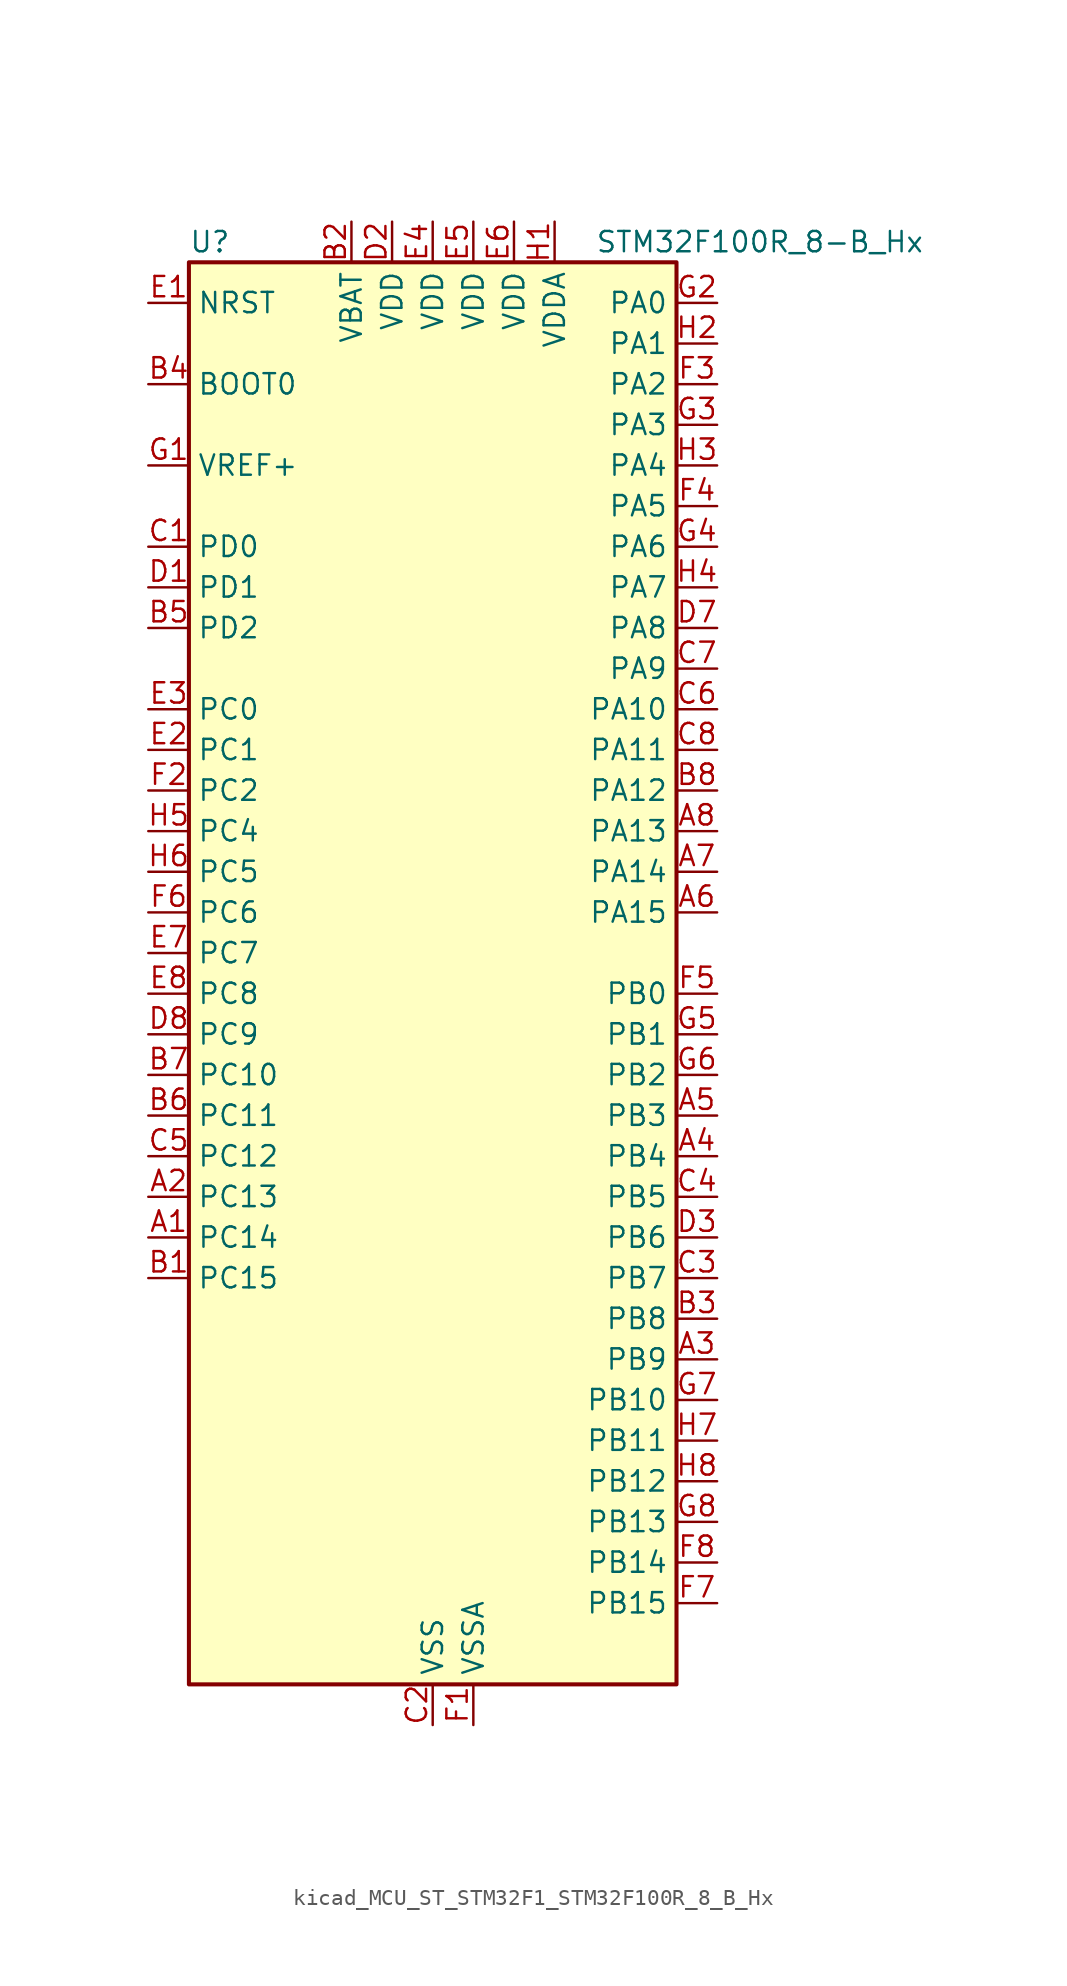
<source format=kicad_sym>
(kicad_symbol_lib
  (version 20220914)
  (generator kicad_symbol_editor)
  (symbol "kicad_MCU_ST_STM32F1_STM32F100R_8_B_Hx"
    (property "Reference" "U"
      (at -15.24 46.99 0)
      (effects (font (size 1.27 1.27)) (justify left)))
    (property "Value" "STM32F100R_8-B_Hx"
      (at 10.16 46.99 0)
      (effects (font (size 1.27 1.27)) (justify left)))
    (property "ki_locked" ""
      (at 0 0 0)
      (effects (font (size 1.27 1.27))))
    (symbol "kicad_MCU_ST_STM32F1_STM32F100R_8_B_Hx_0_1"
      (rectangle (start -15.24 -43.18) (end 15.24 45.72) (stroke (width 0.254) (type default)) (fill (type background))))
    (symbol "kicad_MCU_ST_STM32F1_STM32F100R_8_B_Hx_1_1"
      (pin bidirectional line (at -17.78 -15.24 0) (length 2.54) (name "PC14" (effects (font (size 1.27 1.27)))) (number "A1" (effects (font (size 1.27 1.27)))) (alternate "RCC_OSC32_IN" bidirectional line))
      (pin bidirectional line (at -17.78 -12.7 0) (length 2.54) (name "PC13" (effects (font (size 1.27 1.27)))) (number "A2" (effects (font (size 1.27 1.27)))) (alternate "RTC_OUT" bidirectional line) (alternate "RTC_TAMPER" bidirectional line))
      (pin bidirectional line (at 17.78 -22.86 180) (length 2.54) (name "PB9" (effects (font (size 1.27 1.27)))) (number "A3" (effects (font (size 1.27 1.27)))) (alternate "DAC_EXTI9" bidirectional line) (alternate "I2C1_SDA" bidirectional line) (alternate "TIM17_CH1" bidirectional line) (alternate "TIM4_CH4" bidirectional line))
      (pin bidirectional line (at 17.78 -10.16 180) (length 2.54) (name "PB4" (effects (font (size 1.27 1.27)))) (number "A4" (effects (font (size 1.27 1.27)))) (alternate "SPI1_MISO" bidirectional line) (alternate "SYS_NJTRST" bidirectional line) (alternate "TIM3_CH1" bidirectional line))
      (pin bidirectional line (at 17.78 -7.62 180) (length 2.54) (name "PB3" (effects (font (size 1.27 1.27)))) (number "A5" (effects (font (size 1.27 1.27)))) (alternate "SPI1_SCK" bidirectional line) (alternate "SYS_JTDO-TRACESWO" bidirectional line) (alternate "TIM2_CH2" bidirectional line))
      (pin bidirectional line (at 17.78 5.08 180) (length 2.54) (name "PA15" (effects (font (size 1.27 1.27)))) (number "A6" (effects (font (size 1.27 1.27)))) (alternate "ADC1_EXTI15" bidirectional line) (alternate "SPI1_NSS" bidirectional line) (alternate "SYS_JTDI" bidirectional line) (alternate "TIM2_CH1" bidirectional line) (alternate "TIM2_ETR" bidirectional line))
      (pin bidirectional line (at 17.78 7.62 180) (length 2.54) (name "PA14" (effects (font (size 1.27 1.27)))) (number "A7" (effects (font (size 1.27 1.27)))) (alternate "SYS_JTCK-SWCLK" bidirectional line))
      (pin bidirectional line (at 17.78 10.16 180) (length 2.54) (name "PA13" (effects (font (size 1.27 1.27)))) (number "A8" (effects (font (size 1.27 1.27)))) (alternate "SYS_JTMS-SWDIO" bidirectional line))
      (pin bidirectional line (at -17.78 -17.78 0) (length 2.54) (name "PC15" (effects (font (size 1.27 1.27)))) (number "B1" (effects (font (size 1.27 1.27)))) (alternate "ADC1_EXTI15" bidirectional line) (alternate "RCC_OSC32_OUT" bidirectional line))
      (pin power_in line (at -5.08 48.26 270) (length 2.54) (name "VBAT" (effects (font (size 1.27 1.27)))) (number "B2" (effects (font (size 1.27 1.27)))))
      (pin bidirectional line (at 17.78 -20.32 180) (length 2.54) (name "PB8" (effects (font (size 1.27 1.27)))) (number "B3" (effects (font (size 1.27 1.27)))) (alternate "CEC" bidirectional line) (alternate "I2C1_SCL" bidirectional line) (alternate "TIM16_CH1" bidirectional line) (alternate "TIM4_CH3" bidirectional line))
      (pin input line (at -17.78 38.1 0) (length 2.54) (name "BOOT0" (effects (font (size 1.27 1.27)))) (number "B4" (effects (font (size 1.27 1.27)))))
      (pin bidirectional line (at -17.78 22.86 0) (length 2.54) (name "PD2" (effects (font (size 1.27 1.27)))) (number "B5" (effects (font (size 1.27 1.27)))) (alternate "TIM3_ETR" bidirectional line))
      (pin bidirectional line (at -17.78 -7.62 0) (length 2.54) (name "PC11" (effects (font (size 1.27 1.27)))) (number "B6" (effects (font (size 1.27 1.27)))) (alternate "ADC1_EXTI11" bidirectional line) (alternate "USART3_RX" bidirectional line))
      (pin bidirectional line (at -17.78 -5.08 0) (length 2.54) (name "PC10" (effects (font (size 1.27 1.27)))) (number "B7" (effects (font (size 1.27 1.27)))) (alternate "USART3_TX" bidirectional line))
      (pin bidirectional line (at 17.78 12.7 180) (length 2.54) (name "PA12" (effects (font (size 1.27 1.27)))) (number "B8" (effects (font (size 1.27 1.27)))) (alternate "TIM1_ETR" bidirectional line) (alternate "USART1_RTS" bidirectional line))
      (pin bidirectional line (at -17.78 27.94 0) (length 2.54) (name "PD0" (effects (font (size 1.27 1.27)))) (number "C1" (effects (font (size 1.27 1.27)))) (alternate "RCC_OSC_IN" bidirectional line))
      (pin power_in line (at 0 -45.72 90) (length 2.54) (name "VSS" (effects (font (size 1.27 1.27)))) (number "C2" (effects (font (size 1.27 1.27)))))
      (pin bidirectional line (at 17.78 -17.78 180) (length 2.54) (name "PB7" (effects (font (size 1.27 1.27)))) (number "C3" (effects (font (size 1.27 1.27)))) (alternate "I2C1_SDA" bidirectional line) (alternate "TIM17_CH1N" bidirectional line) (alternate "TIM4_CH2" bidirectional line) (alternate "USART1_RX" bidirectional line))
      (pin bidirectional line (at 17.78 -12.7 180) (length 2.54) (name "PB5" (effects (font (size 1.27 1.27)))) (number "C4" (effects (font (size 1.27 1.27)))) (alternate "I2C1_SMBA" bidirectional line) (alternate "SPI1_MOSI" bidirectional line) (alternate "TIM16_BKIN" bidirectional line) (alternate "TIM3_CH2" bidirectional line))
      (pin bidirectional line (at -17.78 -10.16 0) (length 2.54) (name "PC12" (effects (font (size 1.27 1.27)))) (number "C5" (effects (font (size 1.27 1.27)))) (alternate "USART3_CK" bidirectional line))
      (pin bidirectional line (at 17.78 17.78 180) (length 2.54) (name "PA10" (effects (font (size 1.27 1.27)))) (number "C6" (effects (font (size 1.27 1.27)))) (alternate "TIM17_BKIN" bidirectional line) (alternate "TIM1_CH3" bidirectional line) (alternate "USART1_RX" bidirectional line))
      (pin bidirectional line (at 17.78 20.32 180) (length 2.54) (name "PA9" (effects (font (size 1.27 1.27)))) (number "C7" (effects (font (size 1.27 1.27)))) (alternate "DAC_EXTI9" bidirectional line) (alternate "TIM15_BKIN" bidirectional line) (alternate "TIM1_CH2" bidirectional line) (alternate "USART1_TX" bidirectional line))
      (pin bidirectional line (at 17.78 15.24 180) (length 2.54) (name "PA11" (effects (font (size 1.27 1.27)))) (number "C8" (effects (font (size 1.27 1.27)))) (alternate "ADC1_EXTI11" bidirectional line) (alternate "TIM1_CH4" bidirectional line) (alternate "USART1_CTS" bidirectional line))
      (pin bidirectional line (at -17.78 25.4 0) (length 2.54) (name "PD1" (effects (font (size 1.27 1.27)))) (number "D1" (effects (font (size 1.27 1.27)))) (alternate "RCC_OSC_OUT" bidirectional line))
      (pin power_in line (at -2.54 48.26 270) (length 2.54) (name "VDD" (effects (font (size 1.27 1.27)))) (number "D2" (effects (font (size 1.27 1.27)))))
      (pin bidirectional line (at 17.78 -15.24 180) (length 2.54) (name "PB6" (effects (font (size 1.27 1.27)))) (number "D3" (effects (font (size 1.27 1.27)))) (alternate "I2C1_SCL" bidirectional line) (alternate "TIM16_CH1N" bidirectional line) (alternate "TIM4_CH1" bidirectional line) (alternate "USART1_TX" bidirectional line))
      (pin passive line (at 0 -45.72 90) (length 2.54) hide (name "VSS" (effects (font (size 1.27 1.27)))) (number "D4" (effects (font (size 1.27 1.27)))))
      (pin passive line (at 0 -45.72 90) (length 2.54) hide (name "VSS" (effects (font (size 1.27 1.27)))) (number "D5" (effects (font (size 1.27 1.27)))))
      (pin passive line (at 0 -45.72 90) (length 2.54) hide (name "VSS" (effects (font (size 1.27 1.27)))) (number "D6" (effects (font (size 1.27 1.27)))))
      (pin bidirectional line (at 17.78 22.86 180) (length 2.54) (name "PA8" (effects (font (size 1.27 1.27)))) (number "D7" (effects (font (size 1.27 1.27)))) (alternate "RCC_MCO" bidirectional line) (alternate "TIM1_CH1" bidirectional line) (alternate "USART1_CK" bidirectional line))
      (pin bidirectional line (at -17.78 -2.54 0) (length 2.54) (name "PC9" (effects (font (size 1.27 1.27)))) (number "D8" (effects (font (size 1.27 1.27)))) (alternate "DAC_EXTI9" bidirectional line) (alternate "TIM3_CH4" bidirectional line))
      (pin input line (at -17.78 43.18 0) (length 2.54) (name "NRST" (effects (font (size 1.27 1.27)))) (number "E1" (effects (font (size 1.27 1.27)))))
      (pin bidirectional line (at -17.78 15.24 0) (length 2.54) (name "PC1" (effects (font (size 1.27 1.27)))) (number "E2" (effects (font (size 1.27 1.27)))) (alternate "ADC1_IN11" bidirectional line))
      (pin bidirectional line (at -17.78 17.78 0) (length 2.54) (name "PC0" (effects (font (size 1.27 1.27)))) (number "E3" (effects (font (size 1.27 1.27)))) (alternate "ADC1_IN10" bidirectional line))
      (pin power_in line (at 0 48.26 270) (length 2.54) (name "VDD" (effects (font (size 1.27 1.27)))) (number "E4" (effects (font (size 1.27 1.27)))))
      (pin power_in line (at 2.54 48.26 270) (length 2.54) (name "VDD" (effects (font (size 1.27 1.27)))) (number "E5" (effects (font (size 1.27 1.27)))))
      (pin power_in line (at 5.08 48.26 270) (length 2.54) (name "VDD" (effects (font (size 1.27 1.27)))) (number "E6" (effects (font (size 1.27 1.27)))))
      (pin bidirectional line (at -17.78 2.54 0) (length 2.54) (name "PC7" (effects (font (size 1.27 1.27)))) (number "E7" (effects (font (size 1.27 1.27)))) (alternate "TIM3_CH2" bidirectional line))
      (pin bidirectional line (at -17.78 0 0) (length 2.54) (name "PC8" (effects (font (size 1.27 1.27)))) (number "E8" (effects (font (size 1.27 1.27)))) (alternate "TIM3_CH3" bidirectional line))
      (pin power_in line (at 2.54 -45.72 90) (length 2.54) (name "VSSA" (effects (font (size 1.27 1.27)))) (number "F1" (effects (font (size 1.27 1.27)))))
      (pin bidirectional line (at -17.78 12.7 0) (length 2.54) (name "PC2" (effects (font (size 1.27 1.27)))) (number "F2" (effects (font (size 1.27 1.27)))) (alternate "ADC1_IN12" bidirectional line))
      (pin bidirectional line (at 17.78 38.1 180) (length 2.54) (name "PA2" (effects (font (size 1.27 1.27)))) (number "F3" (effects (font (size 1.27 1.27)))) (alternate "ADC1_IN2" bidirectional line) (alternate "TIM15_CH1" bidirectional line) (alternate "TIM2_CH3" bidirectional line) (alternate "USART2_TX" bidirectional line))
      (pin bidirectional line (at 17.78 30.48 180) (length 2.54) (name "PA5" (effects (font (size 1.27 1.27)))) (number "F4" (effects (font (size 1.27 1.27)))) (alternate "ADC1_IN5" bidirectional line) (alternate "DAC_OUT2" bidirectional line) (alternate "SPI1_SCK" bidirectional line))
      (pin bidirectional line (at 17.78 0 180) (length 2.54) (name "PB0" (effects (font (size 1.27 1.27)))) (number "F5" (effects (font (size 1.27 1.27)))) (alternate "ADC1_IN8" bidirectional line) (alternate "TIM1_CH2N" bidirectional line) (alternate "TIM3_CH3" bidirectional line))
      (pin bidirectional line (at -17.78 5.08 0) (length 2.54) (name "PC6" (effects (font (size 1.27 1.27)))) (number "F6" (effects (font (size 1.27 1.27)))) (alternate "TIM3_CH1" bidirectional line))
      (pin bidirectional line (at 17.78 -38.1 180) (length 2.54) (name "PB15" (effects (font (size 1.27 1.27)))) (number "F7" (effects (font (size 1.27 1.27)))) (alternate "ADC1_EXTI15" bidirectional line) (alternate "SPI2_MOSI" bidirectional line) (alternate "TIM15_CH1N" bidirectional line) (alternate "TIM15_CH2" bidirectional line) (alternate "TIM1_CH3N" bidirectional line))
      (pin bidirectional line (at 17.78 -35.56 180) (length 2.54) (name "PB14" (effects (font (size 1.27 1.27)))) (number "F8" (effects (font (size 1.27 1.27)))) (alternate "SPI2_MISO" bidirectional line) (alternate "TIM15_CH1" bidirectional line) (alternate "TIM1_CH2N" bidirectional line) (alternate "USART3_RTS" bidirectional line))
      (pin input line (at -17.78 33.02 0) (length 2.54) (name "VREF+" (effects (font (size 1.27 1.27)))) (number "G1" (effects (font (size 1.27 1.27)))))
      (pin bidirectional line (at 17.78 43.18 180) (length 2.54) (name "PA0" (effects (font (size 1.27 1.27)))) (number "G2" (effects (font (size 1.27 1.27)))) (alternate "ADC1_IN0" bidirectional line) (alternate "SYS_WKUP" bidirectional line) (alternate "TIM2_CH1" bidirectional line) (alternate "TIM2_ETR" bidirectional line) (alternate "USART2_CTS" bidirectional line))
      (pin bidirectional line (at 17.78 35.56 180) (length 2.54) (name "PA3" (effects (font (size 1.27 1.27)))) (number "G3" (effects (font (size 1.27 1.27)))) (alternate "ADC1_IN3" bidirectional line) (alternate "TIM15_CH2" bidirectional line) (alternate "TIM2_CH4" bidirectional line) (alternate "USART2_RX" bidirectional line))
      (pin bidirectional line (at 17.78 27.94 180) (length 2.54) (name "PA6" (effects (font (size 1.27 1.27)))) (number "G4" (effects (font (size 1.27 1.27)))) (alternate "ADC1_IN6" bidirectional line) (alternate "SPI1_MISO" bidirectional line) (alternate "TIM16_CH1" bidirectional line) (alternate "TIM1_BKIN" bidirectional line) (alternate "TIM3_CH1" bidirectional line))
      (pin bidirectional line (at 17.78 -2.54 180) (length 2.54) (name "PB1" (effects (font (size 1.27 1.27)))) (number "G5" (effects (font (size 1.27 1.27)))) (alternate "ADC1_IN9" bidirectional line) (alternate "TIM1_CH3N" bidirectional line) (alternate "TIM3_CH4" bidirectional line))
      (pin bidirectional line (at 17.78 -5.08 180) (length 2.54) (name "PB2" (effects (font (size 1.27 1.27)))) (number "G6" (effects (font (size 1.27 1.27)))))
      (pin bidirectional line (at 17.78 -25.4 180) (length 2.54) (name "PB10" (effects (font (size 1.27 1.27)))) (number "G7" (effects (font (size 1.27 1.27)))) (alternate "CEC" bidirectional line) (alternate "I2C2_SCL" bidirectional line) (alternate "TIM2_CH3" bidirectional line) (alternate "USART3_TX" bidirectional line))
      (pin bidirectional line (at 17.78 -33.02 180) (length 2.54) (name "PB13" (effects (font (size 1.27 1.27)))) (number "G8" (effects (font (size 1.27 1.27)))) (alternate "SPI2_SCK" bidirectional line) (alternate "TIM1_CH1N" bidirectional line) (alternate "USART3_CTS" bidirectional line))
      (pin power_in line (at 7.62 48.26 270) (length 2.54) (name "VDDA" (effects (font (size 1.27 1.27)))) (number "H1" (effects (font (size 1.27 1.27)))))
      (pin bidirectional line (at 17.78 40.64 180) (length 2.54) (name "PA1" (effects (font (size 1.27 1.27)))) (number "H2" (effects (font (size 1.27 1.27)))) (alternate "ADC1_IN1" bidirectional line) (alternate "TIM2_CH2" bidirectional line) (alternate "USART2_RTS" bidirectional line))
      (pin bidirectional line (at 17.78 33.02 180) (length 2.54) (name "PA4" (effects (font (size 1.27 1.27)))) (number "H3" (effects (font (size 1.27 1.27)))) (alternate "ADC1_IN4" bidirectional line) (alternate "DAC_OUT1" bidirectional line) (alternate "SPI1_NSS" bidirectional line) (alternate "USART2_CK" bidirectional line))
      (pin bidirectional line (at 17.78 25.4 180) (length 2.54) (name "PA7" (effects (font (size 1.27 1.27)))) (number "H4" (effects (font (size 1.27 1.27)))) (alternate "ADC1_IN7" bidirectional line) (alternate "SPI1_MOSI" bidirectional line) (alternate "TIM17_CH1" bidirectional line) (alternate "TIM1_CH1N" bidirectional line) (alternate "TIM3_CH2" bidirectional line))
      (pin bidirectional line (at -17.78 10.16 0) (length 2.54) (name "PC4" (effects (font (size 1.27 1.27)))) (number "H5" (effects (font (size 1.27 1.27)))) (alternate "ADC1_IN14" bidirectional line))
      (pin bidirectional line (at -17.78 7.62 0) (length 2.54) (name "PC5" (effects (font (size 1.27 1.27)))) (number "H6" (effects (font (size 1.27 1.27)))) (alternate "ADC1_IN15" bidirectional line))
      (pin bidirectional line (at 17.78 -27.94 180) (length 2.54) (name "PB11" (effects (font (size 1.27 1.27)))) (number "H7" (effects (font (size 1.27 1.27)))) (alternate "ADC1_EXTI11" bidirectional line) (alternate "I2C2_SDA" bidirectional line) (alternate "TIM2_CH4" bidirectional line) (alternate "USART3_RX" bidirectional line))
      (pin bidirectional line (at 17.78 -30.48 180) (length 2.54) (name "PB12" (effects (font (size 1.27 1.27)))) (number "H8" (effects (font (size 1.27 1.27)))) (alternate "I2C2_SMBA" bidirectional line) (alternate "SPI2_NSS" bidirectional line) (alternate "TIM1_BKIN" bidirectional line) (alternate "USART3_CK" bidirectional line)))))
</source>
